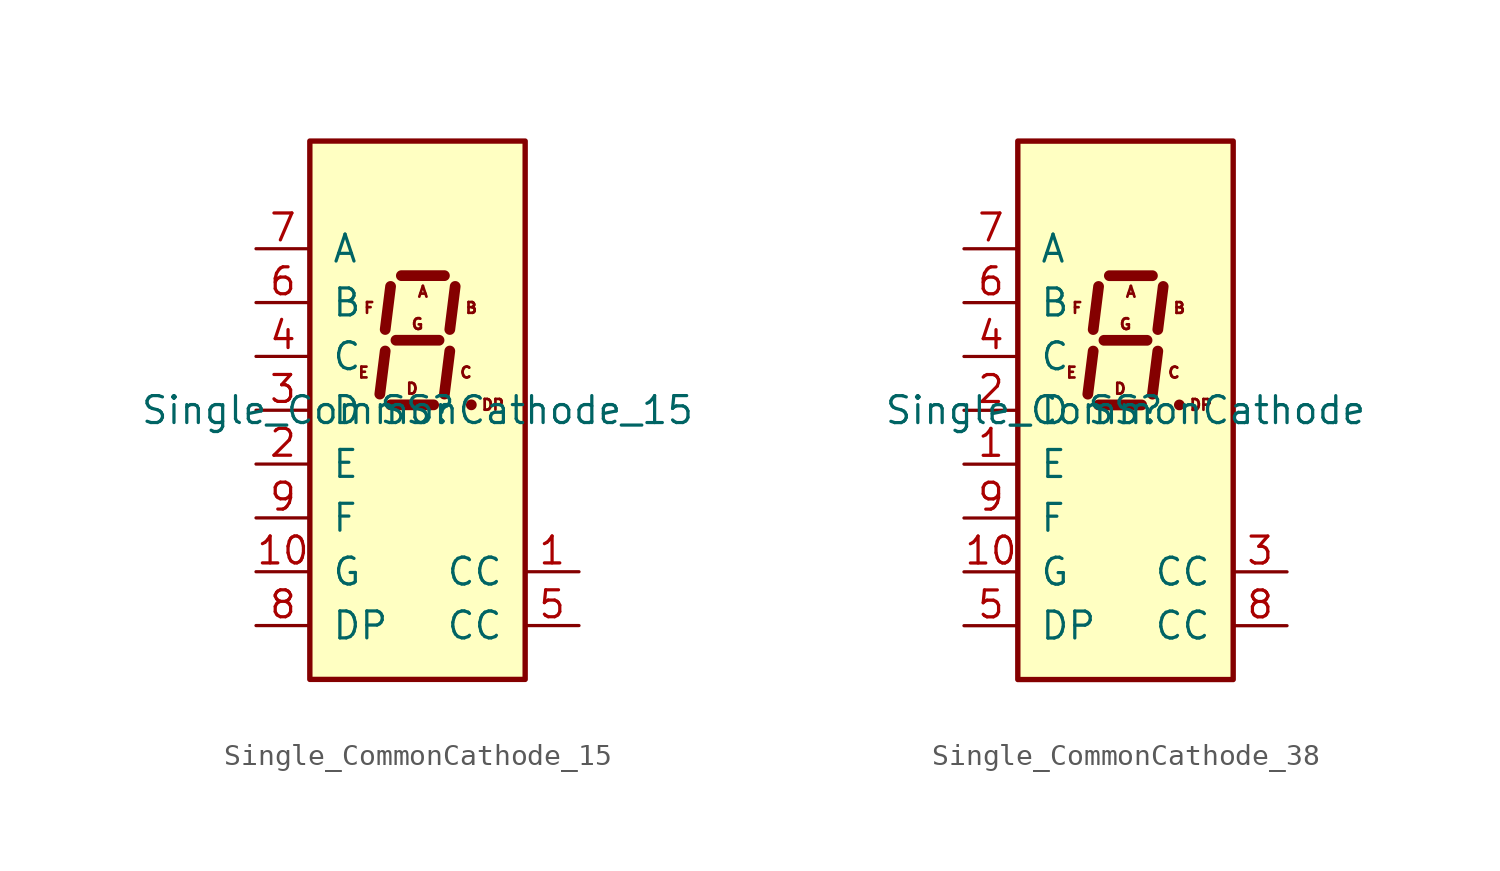
<source format=kicad_sym>
(kicad_symbol_lib
  (version 20231120)
  (generator "kicad_symbol_editor")
  (generator_version "8.0")
  (symbol "Single_CommonCathode_15"
    (pin_names
      (offset 1.016))
    (property "Reference" "SS"
      (at 0 0 0)
      (effects (font (size 1.27 1.27))))
    (property "Value" "Single_CommonCathode_15"
      (at 0 0 0)
      (effects (font (size 1.27 1.27))))
    (symbol "Single_CommonCathode_15_1_1"
      (rectangle (start -5.08 12.7) (end 5.08 -12.7) (stroke (width 0.254) (type solid)) (fill (type background)))
      (polyline (pts (xy -1.524 2.794) (xy -1.778 0.762)) (stroke (width 0.508) (type solid)) (fill (type none)))
      (polyline (pts (xy -1.27 0.254) (xy 0.762 0.254)) (stroke (width 0.508) (type solid)) (fill (type none)))
      (polyline (pts (xy -1.27 5.842) (xy -1.524 3.81)) (stroke (width 0.508) (type solid)) (fill (type none)))
      (polyline (pts (xy -1.016 3.302) (xy 1.016 3.302)) (stroke (width 0.508) (type solid)) (fill (type none)))
      (polyline (pts (xy -0.762 6.35) (xy 1.27 6.35)) (stroke (width 0.508) (type solid)) (fill (type none)))
      (polyline (pts (xy 1.524 2.794) (xy 1.27 0.762)) (stroke (width 0.508) (type solid)) (fill (type none)))
      (polyline (pts (xy 1.778 5.842) (xy 1.524 3.81)) (stroke (width 0.508) (type solid)) (fill (type none)))
      (polyline (pts (xy 2.54 0.254) (xy 2.54 0.254)) (stroke (width 0.508) (type solid)) (fill (type none)))
      (text "A" (at 0.254 5.588 0) (effects (font (size 0.508 0.508))))
      (text "B" (at 2.54 4.826 0) (effects (font (size 0.508 0.508))))
      (text "C" (at 2.286 1.778 0) (effects (font (size 0.508 0.508))))
      (text "D" (at -0.254 1.016 0) (effects (font (size 0.508 0.508))))
      (text "DP" (at 3.556 0.254 0) (effects (font (size 0.508 0.508))))
      (text "E" (at -2.54 1.778 0) (effects (font (size 0.508 0.508))))
      (text "F" (at -2.286 4.826 0) (effects (font (size 0.508 0.508))))
      (text "G" (at 0 4.064 0) (effects (font (size 0.508 0.508))))
      (pin input line (at 7.62 -7.62 180) (length 2.54) (name "CC" (effects (font (size 1.27 1.27)))) (number "1" (effects (font (size 1.27 1.27)))))
      (pin input line (at -7.62 -7.62 0) (length 2.54) (name "G" (effects (font (size 1.27 1.27)))) (number "10" (effects (font (size 1.27 1.27)))))
      (pin input line (at -7.62 -2.54 0) (length 2.54) (name "E" (effects (font (size 1.27 1.27)))) (number "2" (effects (font (size 1.27 1.27)))))
      (pin input line (at -7.62 0 0) (length 2.54) (name "D" (effects (font (size 1.27 1.27)))) (number "3" (effects (font (size 1.27 1.27)))))
      (pin input line (at -7.62 2.54 0) (length 2.54) (name "C" (effects (font (size 1.27 1.27)))) (number "4" (effects (font (size 1.27 1.27)))))
      (pin input line (at 7.62 -10.16 180) (length 2.54) (name "CC" (effects (font (size 1.27 1.27)))) (number "5" (effects (font (size 1.27 1.27)))))
      (pin input line (at -7.62 5.08 0) (length 2.54) (name "B" (effects (font (size 1.27 1.27)))) (number "6" (effects (font (size 1.27 1.27)))))
      (pin input line (at -7.62 7.62 0) (length 2.54) (name "A" (effects (font (size 1.27 1.27)))) (number "7" (effects (font (size 1.27 1.27)))))
      (pin input line (at -7.62 -10.16 0) (length 2.54) (name "DP" (effects (font (size 1.27 1.27)))) (number "8" (effects (font (size 1.27 1.27)))))
      (pin input line (at -7.62 -5.08 0) (length 2.54) (name "F" (effects (font (size 1.27 1.27)))) (number "9" (effects (font (size 1.27 1.27)))))))
  (symbol "Single_CommonCathode_38"
    (pin_names
      (offset 1.016))
    (property "Reference" "SS"
      (at 0 0 0)
      (effects (font (size 1.27 1.27))))
    (property "Value" "Single_CommonCathode"
      (at 0 0 0)
      (effects (font (size 1.27 1.27))))
    (symbol "Single_CommonCathode_38_1_1"
      (rectangle (start -5.08 12.7) (end 5.08 -12.7) (stroke (width 0.254) (type solid)) (fill (type background)))
      (polyline (pts (xy -1.524 2.794) (xy -1.778 0.762)) (stroke (width 0.508) (type solid)) (fill (type none)))
      (polyline (pts (xy -1.27 0.254) (xy 0.762 0.254)) (stroke (width 0.508) (type solid)) (fill (type none)))
      (polyline (pts (xy -1.27 5.842) (xy -1.524 3.81)) (stroke (width 0.508) (type solid)) (fill (type none)))
      (polyline (pts (xy -1.016 3.302) (xy 1.016 3.302)) (stroke (width 0.508) (type solid)) (fill (type none)))
      (polyline (pts (xy -0.762 6.35) (xy 1.27 6.35)) (stroke (width 0.508) (type solid)) (fill (type none)))
      (polyline (pts (xy 1.524 2.794) (xy 1.27 0.762)) (stroke (width 0.508) (type solid)) (fill (type none)))
      (polyline (pts (xy 1.778 5.842) (xy 1.524 3.81)) (stroke (width 0.508) (type solid)) (fill (type none)))
      (polyline (pts (xy 2.54 0.254) (xy 2.54 0.254)) (stroke (width 0.508) (type solid)) (fill (type none)))
      (text "A" (at 0.254 5.588 0) (effects (font (size 0.508 0.508))))
      (text "B" (at 2.54 4.826 0) (effects (font (size 0.508 0.508))))
      (text "C" (at 2.286 1.778 0) (effects (font (size 0.508 0.508))))
      (text "D" (at -0.254 1.016 0) (effects (font (size 0.508 0.508))))
      (text "DP" (at 3.556 0.254 0) (effects (font (size 0.508 0.508))))
      (text "E" (at -2.54 1.778 0) (effects (font (size 0.508 0.508))))
      (text "F" (at -2.286 4.826 0) (effects (font (size 0.508 0.508))))
      (text "G" (at 0 4.064 0) (effects (font (size 0.508 0.508))))
      (pin input line (at -7.62 -2.54 0) (length 2.54) (name "E" (effects (font (size 1.27 1.27)))) (number "1" (effects (font (size 1.27 1.27)))))
      (pin input line (at -7.62 -7.62 0) (length 2.54) (name "G" (effects (font (size 1.27 1.27)))) (number "10" (effects (font (size 1.27 1.27)))))
      (pin input line (at -7.62 0 0) (length 2.54) (name "D" (effects (font (size 1.27 1.27)))) (number "2" (effects (font (size 1.27 1.27)))))
      (pin input line (at 7.62 -7.62 180) (length 2.54) (name "CC" (effects (font (size 1.27 1.27)))) (number "3" (effects (font (size 1.27 1.27)))))
      (pin input line (at -7.62 2.54 0) (length 2.54) (name "C" (effects (font (size 1.27 1.27)))) (number "4" (effects (font (size 1.27 1.27)))))
      (pin input line (at -7.62 -10.16 0) (length 2.54) (name "DP" (effects (font (size 1.27 1.27)))) (number "5" (effects (font (size 1.27 1.27)))))
      (pin input line (at -7.62 5.08 0) (length 2.54) (name "B" (effects (font (size 1.27 1.27)))) (number "6" (effects (font (size 1.27 1.27)))))
      (pin input line (at -7.62 7.62 0) (length 2.54) (name "A" (effects (font (size 1.27 1.27)))) (number "7" (effects (font (size 1.27 1.27)))))
      (pin input line (at 7.62 -10.16 180) (length 2.54) (name "CC" (effects (font (size 1.27 1.27)))) (number "8" (effects (font (size 1.27 1.27)))))
      (pin input line (at -7.62 -5.08 0) (length 2.54) (name "F" (effects (font (size 1.27 1.27)))) (number "9" (effects (font (size 1.27 1.27))))))))
</source>
